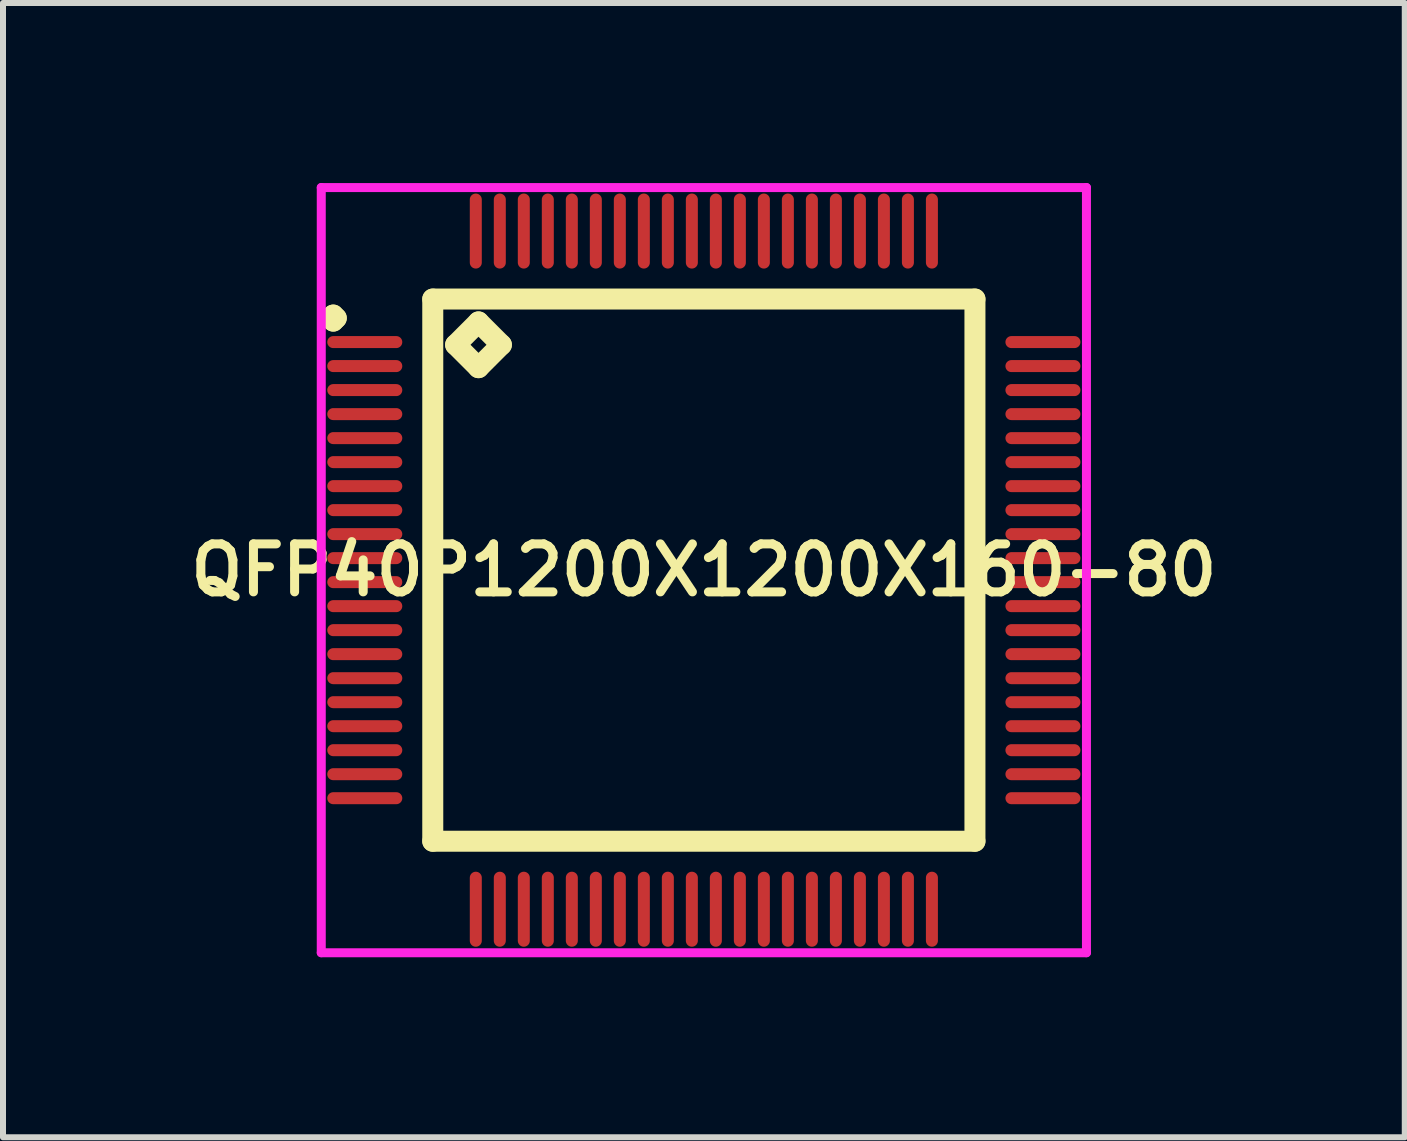
<source format=kicad_pcb>
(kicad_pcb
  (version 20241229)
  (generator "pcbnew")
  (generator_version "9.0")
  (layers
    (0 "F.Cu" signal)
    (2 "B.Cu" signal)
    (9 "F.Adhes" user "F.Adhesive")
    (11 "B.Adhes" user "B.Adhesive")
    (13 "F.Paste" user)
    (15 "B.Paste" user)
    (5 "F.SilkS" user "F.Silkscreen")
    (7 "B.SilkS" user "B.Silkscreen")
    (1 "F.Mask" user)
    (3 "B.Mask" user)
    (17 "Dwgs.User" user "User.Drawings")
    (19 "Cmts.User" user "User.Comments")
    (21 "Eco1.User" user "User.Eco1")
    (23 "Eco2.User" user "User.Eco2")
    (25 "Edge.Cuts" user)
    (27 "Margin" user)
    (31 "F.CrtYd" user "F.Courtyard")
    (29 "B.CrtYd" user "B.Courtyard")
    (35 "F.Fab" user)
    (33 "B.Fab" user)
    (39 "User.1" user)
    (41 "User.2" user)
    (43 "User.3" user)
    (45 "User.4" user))
  (footprint "QFP40P1200X1200X160-80"
    (layer "F.Cu")
    (at 8.678 6.45)
    (property "Reference" "QFP40P1200X1200X160-80" (at 0 0 0) (layer "F.SilkS") (effects (font (size 0.8 0.8) (thickness 0.15))))
    (attr smd)
    (fp_line (start -6.225 -4.2) (end -6.175 -4.25) (stroke (width 0.35) (type solid)) (layer "F.SilkS"))
    (fp_line (start -6.175 -4.25) (end -6.125 -4.2) (stroke (width 0.35) (type solid)) (layer "F.SilkS"))
    (fp_line (start -6.175 -4.15) (end -6.225 -4.2) (stroke (width 0.35) (type solid)) (layer "F.SilkS"))
    (fp_line (start -6.125 -4.2) (end -6.175 -4.15) (stroke (width 0.35) (type solid)) (layer "F.SilkS"))
    (fp_line (start -4.517 -4.517) (end -4.517 4.517) (stroke (width 0.35) (type solid)) (layer "F.SilkS"))
    (fp_line (start -4.517 4.517) (end 4.517 4.517) (stroke (width 0.35) (type solid)) (layer "F.SilkS"))
    (fp_line (start -4.136 -3.755) (end -3.755 -4.136) (stroke (width 0.35) (type solid)) (layer "F.SilkS"))
    (fp_line (start -3.755 -4.136) (end -3.374 -3.755) (stroke (width 0.35) (type solid)) (layer "F.SilkS"))
    (fp_line (start -3.755 -3.374) (end -4.136 -3.755) (stroke (width 0.35) (type solid)) (layer "F.SilkS"))
    (fp_line (start -3.374 -3.755) (end -3.755 -3.374) (stroke (width 0.35) (type solid)) (layer "F.SilkS"))
    (fp_line (start 4.517 -4.517) (end -4.517 -4.517) (stroke (width 0.35) (type solid)) (layer "F.SilkS"))
    (fp_line (start 4.517 4.517) (end 4.517 -4.517) (stroke (width 0.35) (type solid)) (layer "F.SilkS"))
    (fp_line (start -6.375 -6.375) (end 6.375 -6.375) (stroke (width 0.15) (type solid)) (layer "F.CrtYd"))
    (fp_line (start -6.375 6.375) (end -6.375 -6.375) (stroke (width 0.15) (type solid)) (layer "F.CrtYd"))
    (fp_line (start 6.375 -6.375) (end 6.375 6.375) (stroke (width 0.15) (type solid)) (layer "F.CrtYd"))
    (fp_line (start 6.375 6.375) (end -6.375 6.375) (stroke (width 0.15) (type solid)) (layer "F.CrtYd"))
    (pad "1" smd oval (at -5.65 -3.8) (size 1.25 0.2) (layers "F.Cu" "F.Mask" "F.Paste"))
    (pad "2" smd oval (at -5.65 -3.4) (size 1.25 0.2) (layers "F.Cu" "F.Mask" "F.Paste"))
    (pad "3" smd oval (at -5.65 -3) (size 1.25 0.2) (layers "F.Cu" "F.Mask" "F.Paste"))
    (pad "4" smd oval (at -5.65 -2.6) (size 1.25 0.2) (layers "F.Cu" "F.Mask" "F.Paste"))
    (pad "5" smd oval (at -5.65 -2.2) (size 1.25 0.2) (layers "F.Cu" "F.Mask" "F.Paste"))
    (pad "6" smd oval (at -5.65 -1.8) (size 1.25 0.2) (layers "F.Cu" "F.Mask" "F.Paste"))
    (pad "7" smd oval (at -5.65 -1.4) (size 1.25 0.2) (layers "F.Cu" "F.Mask" "F.Paste"))
    (pad "8" smd oval (at -5.65 -1) (size 1.25 0.2) (layers "F.Cu" "F.Mask" "F.Paste"))
    (pad "9" smd oval (at -5.65 -0.6) (size 1.25 0.2) (layers "F.Cu" "F.Mask" "F.Paste"))
    (pad "10" smd oval (at -5.65 -0.2) (size 1.25 0.2) (layers "F.Cu" "F.Mask" "F.Paste"))
    (pad "11" smd oval (at -5.65 0.2) (size 1.25 0.2) (layers "F.Cu" "F.Mask" "F.Paste"))
    (pad "12" smd oval (at -5.65 0.6) (size 1.25 0.2) (layers "F.Cu" "F.Mask" "F.Paste"))
    (pad "13" smd oval (at -5.65 1) (size 1.25 0.2) (layers "F.Cu" "F.Mask" "F.Paste"))
    (pad "14" smd oval (at -5.65 1.4) (size 1.25 0.2) (layers "F.Cu" "F.Mask" "F.Paste"))
    (pad "15" smd oval (at -5.65 1.8) (size 1.25 0.2) (layers "F.Cu" "F.Mask" "F.Paste"))
    (pad "16" smd oval (at -5.65 2.2) (size 1.25 0.2) (layers "F.Cu" "F.Mask" "F.Paste"))
    (pad "17" smd oval (at -5.65 2.6) (size 1.25 0.2) (layers "F.Cu" "F.Mask" "F.Paste"))
    (pad "18" smd oval (at -5.65 3) (size 1.25 0.2) (layers "F.Cu" "F.Mask" "F.Paste"))
    (pad "19" smd oval (at -5.65 3.4) (size 1.25 0.2) (layers "F.Cu" "F.Mask" "F.Paste"))
    (pad "20" smd oval (at -5.65 3.8) (size 1.25 0.2) (layers "F.Cu" "F.Mask" "F.Paste"))
    (pad "21" smd oval (at -3.8 5.65) (size 0.2 1.25) (layers "F.Cu" "F.Mask" "F.Paste"))
    (pad "22" smd oval (at -3.4 5.65) (size 0.2 1.25) (layers "F.Cu" "F.Mask" "F.Paste"))
    (pad "23" smd oval (at -3 5.65) (size 0.2 1.25) (layers "F.Cu" "F.Mask" "F.Paste"))
    (pad "24" smd oval (at -2.6 5.65) (size 0.2 1.25) (layers "F.Cu" "F.Mask" "F.Paste"))
    (pad "25" smd oval (at -2.2 5.65) (size 0.2 1.25) (layers "F.Cu" "F.Mask" "F.Paste"))
    (pad "26" smd oval (at -1.8 5.65) (size 0.2 1.25) (layers "F.Cu" "F.Mask" "F.Paste"))
    (pad "27" smd oval (at -1.4 5.65) (size 0.2 1.25) (layers "F.Cu" "F.Mask" "F.Paste"))
    (pad "28" smd oval (at -1 5.65) (size 0.2 1.25) (layers "F.Cu" "F.Mask" "F.Paste"))
    (pad "29" smd oval (at -0.6 5.65) (size 0.2 1.25) (layers "F.Cu" "F.Mask" "F.Paste"))
    (pad "30" smd oval (at -0.2 5.65) (size 0.2 1.25) (layers "F.Cu" "F.Mask" "F.Paste"))
    (pad "31" smd oval (at 0.2 5.65) (size 0.2 1.25) (layers "F.Cu" "F.Mask" "F.Paste"))
    (pad "32" smd oval (at 0.6 5.65) (size 0.2 1.25) (layers "F.Cu" "F.Mask" "F.Paste"))
    (pad "33" smd oval (at 1 5.65) (size 0.2 1.25) (layers "F.Cu" "F.Mask" "F.Paste"))
    (pad "34" smd oval (at 1.4 5.65) (size 0.2 1.25) (layers "F.Cu" "F.Mask" "F.Paste"))
    (pad "35" smd oval (at 1.8 5.65) (size 0.2 1.25) (layers "F.Cu" "F.Mask" "F.Paste"))
    (pad "36" smd oval (at 2.2 5.65) (size 0.2 1.25) (layers "F.Cu" "F.Mask" "F.Paste"))
    (pad "37" smd oval (at 2.6 5.65) (size 0.2 1.25) (layers "F.Cu" "F.Mask" "F.Paste"))
    (pad "38" smd oval (at 3 5.65) (size 0.2 1.25) (layers "F.Cu" "F.Mask" "F.Paste"))
    (pad "39" smd oval (at 3.4 5.65) (size 0.2 1.25) (layers "F.Cu" "F.Mask" "F.Paste"))
    (pad "40" smd oval (at 3.8 5.65) (size 0.2 1.25) (layers "F.Cu" "F.Mask" "F.Paste"))
    (pad "41" smd oval (at 5.65 3.8) (size 1.25 0.2) (layers "F.Cu" "F.Mask" "F.Paste"))
    (pad "42" smd oval (at 5.65 3.4) (size 1.25 0.2) (layers "F.Cu" "F.Mask" "F.Paste"))
    (pad "43" smd oval (at 5.65 3) (size 1.25 0.2) (layers "F.Cu" "F.Mask" "F.Paste"))
    (pad "44" smd oval (at 5.65 2.6) (size 1.25 0.2) (layers "F.Cu" "F.Mask" "F.Paste"))
    (pad "45" smd oval (at 5.65 2.2) (size 1.25 0.2) (layers "F.Cu" "F.Mask" "F.Paste"))
    (pad "46" smd oval (at 5.65 1.8) (size 1.25 0.2) (layers "F.Cu" "F.Mask" "F.Paste"))
    (pad "47" smd oval (at 5.65 1.4) (size 1.25 0.2) (layers "F.Cu" "F.Mask" "F.Paste"))
    (pad "48" smd oval (at 5.65 1) (size 1.25 0.2) (layers "F.Cu" "F.Mask" "F.Paste"))
    (pad "49" smd oval (at 5.65 0.6) (size 1.25 0.2) (layers "F.Cu" "F.Mask" "F.Paste"))
    (pad "50" smd oval (at 5.65 0.2) (size 1.25 0.2) (layers "F.Cu" "F.Mask" "F.Paste"))
    (pad "51" smd oval (at 5.65 -0.2) (size 1.25 0.2) (layers "F.Cu" "F.Mask" "F.Paste"))
    (pad "52" smd oval (at 5.65 -0.6) (size 1.25 0.2) (layers "F.Cu" "F.Mask" "F.Paste"))
    (pad "53" smd oval (at 5.65 -1) (size 1.25 0.2) (layers "F.Cu" "F.Mask" "F.Paste"))
    (pad "54" smd oval (at 5.65 -1.4) (size 1.25 0.2) (layers "F.Cu" "F.Mask" "F.Paste"))
    (pad "55" smd oval (at 5.65 -1.8) (size 1.25 0.2) (layers "F.Cu" "F.Mask" "F.Paste"))
    (pad "56" smd oval (at 5.65 -2.2) (size 1.25 0.2) (layers "F.Cu" "F.Mask" "F.Paste"))
    (pad "57" smd oval (at 5.65 -2.6) (size 1.25 0.2) (layers "F.Cu" "F.Mask" "F.Paste"))
    (pad "58" smd oval (at 5.65 -3) (size 1.25 0.2) (layers "F.Cu" "F.Mask" "F.Paste"))
    (pad "59" smd oval (at 5.65 -3.4) (size 1.25 0.2) (layers "F.Cu" "F.Mask" "F.Paste"))
    (pad "60" smd oval (at 5.65 -3.8) (size 1.25 0.2) (layers "F.Cu" "F.Mask" "F.Paste"))
    (pad "61" smd oval (at 3.8 -5.65) (size 0.2 1.25) (layers "F.Cu" "F.Mask" "F.Paste"))
    (pad "62" smd oval (at 3.4 -5.65) (size 0.2 1.25) (layers "F.Cu" "F.Mask" "F.Paste"))
    (pad "63" smd oval (at 3 -5.65) (size 0.2 1.25) (layers "F.Cu" "F.Mask" "F.Paste"))
    (pad "64" smd oval (at 2.6 -5.65) (size 0.2 1.25) (layers "F.Cu" "F.Mask" "F.Paste"))
    (pad "65" smd oval (at 2.2 -5.65) (size 0.2 1.25) (layers "F.Cu" "F.Mask" "F.Paste"))
    (pad "66" smd oval (at 1.8 -5.65) (size 0.2 1.25) (layers "F.Cu" "F.Mask" "F.Paste"))
    (pad "67" smd oval (at 1.4 -5.65) (size 0.2 1.25) (layers "F.Cu" "F.Mask" "F.Paste"))
    (pad "68" smd oval (at 1 -5.65) (size 0.2 1.25) (layers "F.Cu" "F.Mask" "F.Paste"))
    (pad "69" smd oval (at 0.6 -5.65) (size 0.2 1.25) (layers "F.Cu" "F.Mask" "F.Paste"))
    (pad "70" smd oval (at 0.2 -5.65) (size 0.2 1.25) (layers "F.Cu" "F.Mask" "F.Paste"))
    (pad "71" smd oval (at -0.2 -5.65) (size 0.2 1.25) (layers "F.Cu" "F.Mask" "F.Paste"))
    (pad "72" smd oval (at -0.6 -5.65) (size 0.2 1.25) (layers "F.Cu" "F.Mask" "F.Paste"))
    (pad "73" smd oval (at -1 -5.65) (size 0.2 1.25) (layers "F.Cu" "F.Mask" "F.Paste"))
    (pad "74" smd oval (at -1.4 -5.65) (size 0.2 1.25) (layers "F.Cu" "F.Mask" "F.Paste"))
    (pad "75" smd oval (at -1.8 -5.65) (size 0.2 1.25) (layers "F.Cu" "F.Mask" "F.Paste"))
    (pad "76" smd oval (at -2.2 -5.65) (size 0.2 1.25) (layers "F.Cu" "F.Mask" "F.Paste"))
    (pad "77" smd oval (at -2.6 -5.65) (size 0.2 1.25) (layers "F.Cu" "F.Mask" "F.Paste"))
    (pad "78" smd oval (at -3 -5.65) (size 0.2 1.25) (layers "F.Cu" "F.Mask" "F.Paste"))
    (pad "79" smd oval (at -3.4 -5.65) (size 0.2 1.25) (layers "F.Cu" "F.Mask" "F.Paste"))
    (pad "80" smd oval (at -3.8 -5.65) (size 0.2 1.25) (layers "F.Cu" "F.Mask" "F.Paste")))
  (gr_rect
    (start -3 -3)
    (end 20.357 15.9)
    (stroke (width 0.1) (type default))
    (fill no)
    (layer "Edge.Cuts")))
</source>
